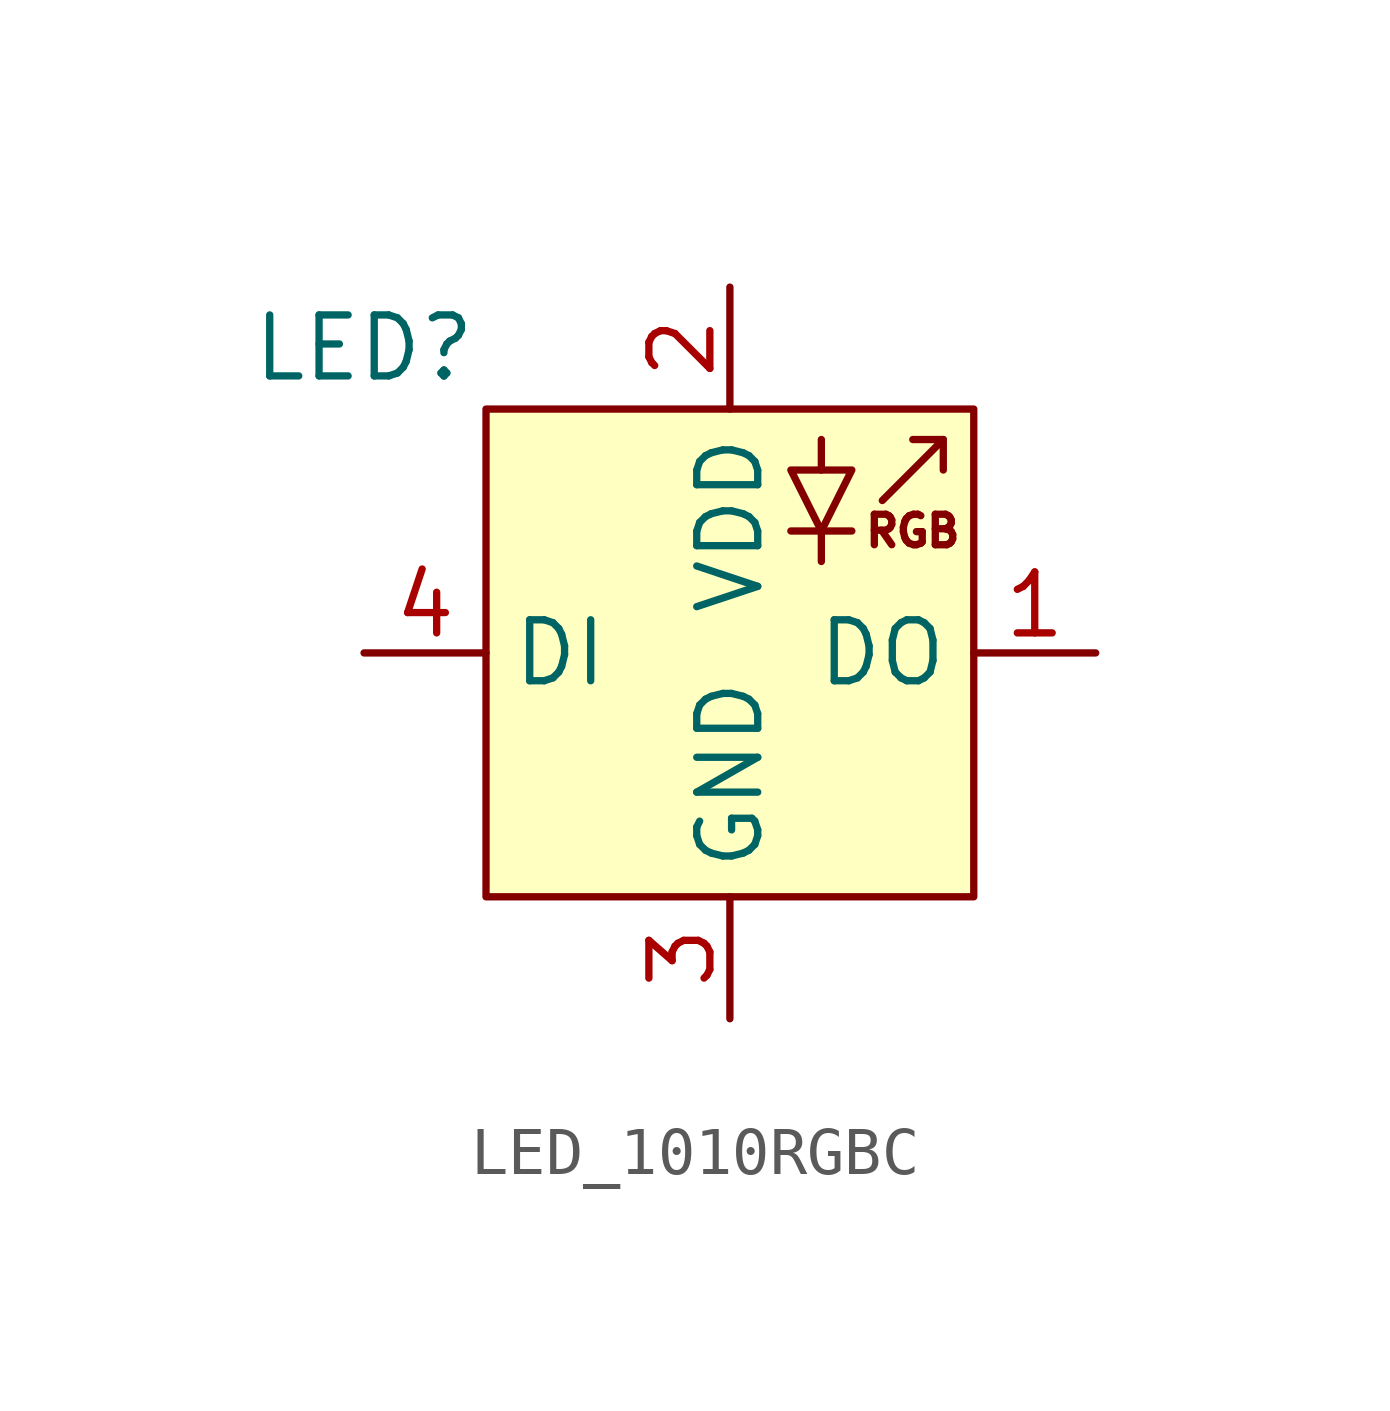
<source format=kicad_sym>
(kicad_symbol_lib
  (version 20220914)
  (generator kicad_symbol_editor)
  (symbol "LED_1010RGBC"
    (property "Reference" "LED"
      (at -7.62 6.35 0)
      (effects (font (size 1.27 1.27))))
    (symbol "LED_1010RGBC_1_1"
      (rectangle (start -5.08 5.08) (end 5.08 -5.08) (stroke (width 0) (type default)) (fill (type background)))
      (polyline (pts (xy 1.27 2.54) (xy 2.54 2.54)) (stroke (width 0) (type default)) (fill (type none)))
      (polyline (pts (xy 1.905 2.54) (xy 1.905 1.905)) (stroke (width 0) (type default)) (fill (type none)))
      (polyline (pts (xy 1.905 4.445) (xy 1.905 3.81)) (stroke (width 0) (type default)) (fill (type none)))
      (polyline (pts (xy 4.445 4.445) (xy 4.445 3.81)) (stroke (width 0) (type default)) (fill (type none)))
      (polyline (pts (xy 3.175 3.175) (xy 4.445 4.445) (xy 3.81 4.445)) (stroke (width 0) (type default)) (fill (type none)))
      (polyline (pts (xy 1.27 3.81) (xy 2.54 3.81) (xy 1.905 2.54) (xy 1.27 3.81)) (stroke (width 0) (type default)) (fill (type none)))
      (text "RGB" (at 3.81 2.54 0) (effects (font (size 0.635 0.635))))
      (pin output line (at 7.62 0 180) (length 2.54) (name "DO" (effects (font (size 1.27 1.27)))) (number "1" (effects (font (size 1.27 1.27)))))
      (pin power_in line (at 0 7.62 270) (length 2.54) (name "VDD" (effects (font (size 1.27 1.27)))) (number "2" (effects (font (size 1.27 1.27)))))
      (pin power_in line (at 0 -7.62 90) (length 2.54) (name "GND" (effects (font (size 1.27 1.27)))) (number "3" (effects (font (size 1.27 1.27)))))
      (pin input line (at -7.62 0 0) (length 2.54) (name "DI" (effects (font (size 1.27 1.27)))) (number "4" (effects (font (size 1.27 1.27))))))))
</source>
